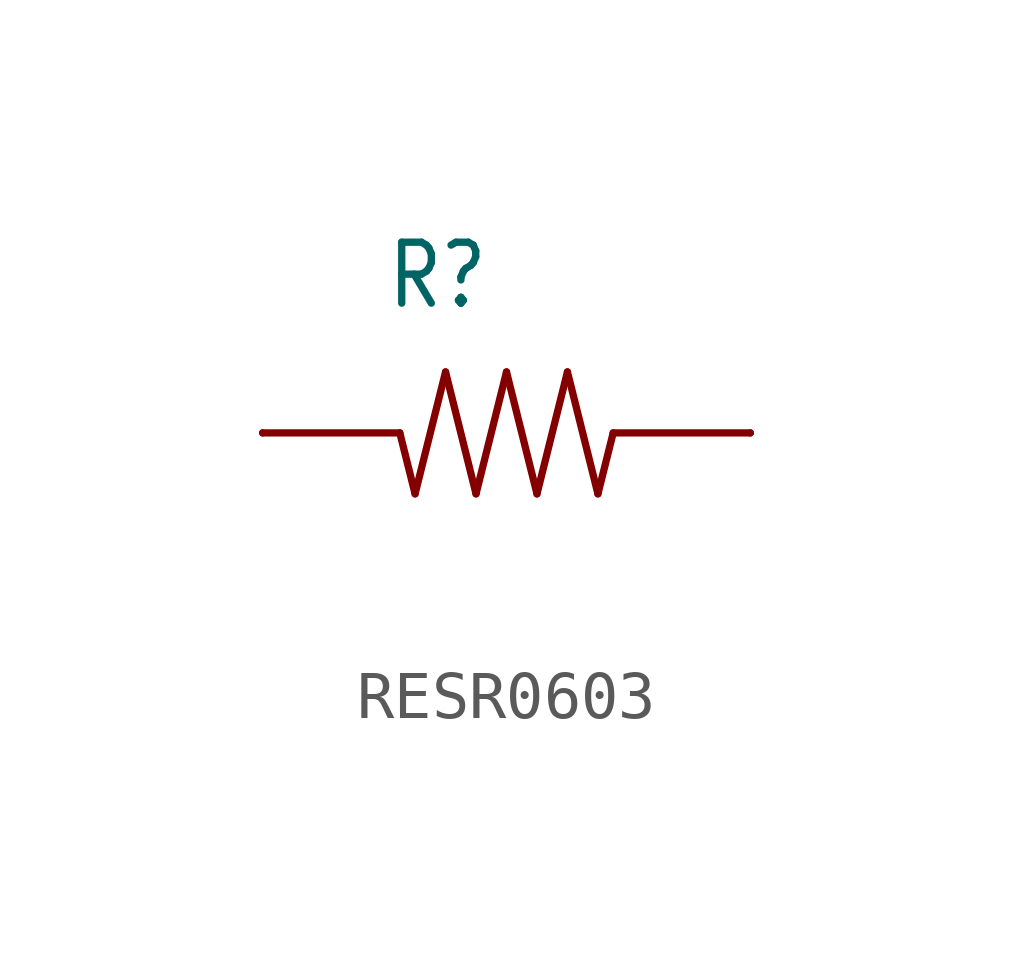
<source format=kicad_sym>
(kicad_symbol_lib
  (version 20231120)
  (generator "kicad_symbol_editor")
  (generator_version "8.0")
  (symbol "RESR0603"
    (property "Reference" "R"
      (at -2.54 2.54 0)
      (effects (font (size 1.27 1.079)) (justify left bottom)))
    (property "Value" ""
      (at -2.54 -3.81 0)
      (effects (font (size 1.27 1.079)) (justify left bottom)))
    (property "ki_locked" ""
      (at 0 0 0)
      (effects (font (size 1.27 1.27))))
    (symbol "RESR0603_1_0"
      (polyline (pts (xy -2.223 0) (xy -5.08 0)) (stroke (width 0.152) (type solid)) (fill (type none)))
      (polyline (pts (xy -1.905 -1.27) (xy -2.223 0)) (stroke (width 0.152) (type solid)) (fill (type none)))
      (polyline (pts (xy -1.905 -1.27) (xy -1.27 1.27)) (stroke (width 0.152) (type solid)) (fill (type none)))
      (polyline (pts (xy -0.635 -1.27) (xy -1.27 1.27)) (stroke (width 0.152) (type solid)) (fill (type none)))
      (polyline (pts (xy -0.635 -1.27) (xy 0 1.27)) (stroke (width 0.152) (type solid)) (fill (type none)))
      (polyline (pts (xy 0 1.27) (xy 0.635 -1.27)) (stroke (width 0.152) (type solid)) (fill (type none)))
      (polyline (pts (xy 0.635 -1.27) (xy 1.27 1.27)) (stroke (width 0.152) (type solid)) (fill (type none)))
      (polyline (pts (xy 1.27 1.27) (xy 1.905 -1.27)) (stroke (width 0.152) (type solid)) (fill (type none)))
      (polyline (pts (xy 1.905 -1.27) (xy 2.223 0)) (stroke (width 0.152) (type solid)) (fill (type none)))
      (polyline (pts (xy 2.223 0) (xy 5.08 0)) (stroke (width 0.152) (type solid)) (fill (type none)))
      (pin passive line (at -5.08 0 0) (length 0) (name "P$1" (effects (font (size 0 0)))) (number "P$1" (effects (font (size 0 0)))))
      (pin passive line (at 5.08 0 180) (length 0) (name "P$2" (effects (font (size 0 0)))) (number "P$2" (effects (font (size 0 0))))))))
</source>
